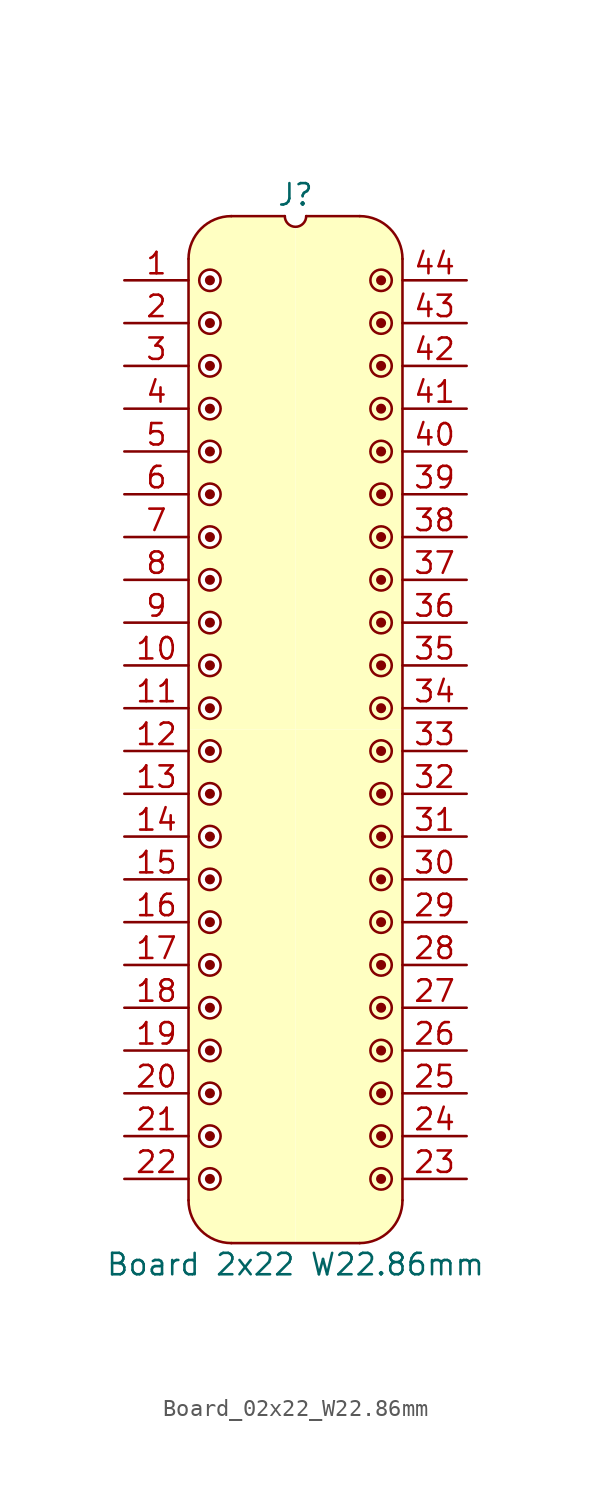
<source format=kicad_sym>
(kicad_symbol_lib
  (version 20241209)
  (generator "kicad_symbol_editor")
  (generator_version "9.0")
  (symbol "Board_02x22_W22.86mm"
    (pin_names
      (offset 1.016)
      (hide yes))
    (property "Reference" "J"
      (at 0 5.08 0)
      (effects (font (size 1.27 1.27))))
    (property "Value" "Board 2x22 W22.86mm"
      (at 0 -58.42 0)
      (effects (font (size 1.27 1.27))))
    (symbol "Board_02x22_W22.86mm_0_1"
      (polyline (pts (xy -6.35 1.27) (xy -6.35 -54.61)) (stroke (width 0) (type default)) (fill (type none)))
      (arc (start -3.8102 -57.1498) (mid -5.6063 -56.4059) (end -6.3502 -54.6098) (stroke (width 0) (type default)) (fill (type none)))
      (arc (start -6.35 1.27) (mid -5.6061 3.0661) (end -3.81 3.81) (stroke (width 0) (type default)) (fill (type none)))
      (polyline (pts (xy -3.81 3.81) (xy -0.635 3.81)) (stroke (width 0) (type default)) (fill (type none)))
      (arc (start 0.635 3.81) (mid 0 3.175) (end -0.635 3.81) (stroke (width 0) (type default)) (fill (type none)))
      (polyline (pts (xy 0.635 3.81) (xy 3.81 3.81)) (stroke (width 0) (type default)) (fill (type none)))
      (polyline (pts (xy 3.81 -57.15) (xy -3.81 -57.15)) (stroke (width 0) (type default)) (fill (type none)))
      (arc (start 3.81 3.81) (mid 5.6061 3.0661) (end 6.35 1.27) (stroke (width 0) (type default)) (fill (type none)))
      (arc (start 6.3498 -54.6098) (mid 5.6059 -56.4059) (end 3.8098 -57.1498) (stroke (width 0) (type default)) (fill (type none)))
      (polyline (pts (xy 6.35 -54.61) (xy 6.35 1.27)) (stroke (width 0) (type default)) (fill (type none))))
    (symbol "Board_02x22_W22.86mm_1_1"
      (polyline (pts (xy -6.35 1.27) (xy -6.096 2.286) (xy -5.588 3.048) (xy -4.826 3.556) (xy -4.064 3.81) (xy -0.762 3.81) (xy -0.508 3.302) (xy 0 3.048) (xy 0 -26.67) (xy -6.35 -26.67) (xy -6.35 1.27)) (stroke (width -0.0001) (type solid)) (fill (type background)))
      (polyline (pts (xy -6.35 -26.67) (xy 0 -26.67) (xy 0 -57.15) (xy -3.81 -57.15) (xy -4.826 -56.896) (xy -5.588 -56.388) (xy -6.096 -55.626) (xy -6.35 -54.61)) (stroke (width -0.0001) (type solid)) (fill (type background)))
      (circle (center -5.08 0) (radius 0.0001) (stroke (width 0.3) (type solid)) (fill (type none)))
      (circle (center -5.08 0) (radius 0.635) (stroke (width 0) (type solid)) (fill (type color) (color 255 255 255 1)))
      (circle (center -5.08 -2.54) (radius 0.0001) (stroke (width 0.3) (type solid)) (fill (type none)))
      (circle (center -5.08 -2.54) (radius 0.635) (stroke (width 0) (type solid)) (fill (type color) (color 255 255 255 1)))
      (circle (center -5.08 -5.08) (radius 0.0001) (stroke (width 0.3) (type solid)) (fill (type none)))
      (circle (center -5.08 -5.08) (radius 0.635) (stroke (width 0) (type solid)) (fill (type color) (color 255 255 255 1)))
      (circle (center -5.08 -7.62) (radius 0.0001) (stroke (width 0.3) (type solid)) (fill (type none)))
      (circle (center -5.08 -7.62) (radius 0.635) (stroke (width 0) (type solid)) (fill (type color) (color 255 255 255 1)))
      (circle (center -5.08 -10.16) (radius 0.0001) (stroke (width 0.3) (type solid)) (fill (type none)))
      (circle (center -5.08 -10.16) (radius 0.635) (stroke (width 0) (type solid)) (fill (type color) (color 255 255 255 1)))
      (circle (center -5.08 -12.7) (radius 0.0001) (stroke (width 0.3) (type solid)) (fill (type none)))
      (circle (center -5.08 -12.7) (radius 0.635) (stroke (width 0) (type solid)) (fill (type color) (color 255 255 255 1)))
      (circle (center -5.08 -15.24) (radius 0.0001) (stroke (width 0.3) (type solid)) (fill (type none)))
      (circle (center -5.08 -15.24) (radius 0.635) (stroke (width 0) (type solid)) (fill (type color) (color 255 255 255 1)))
      (circle (center -5.08 -17.78) (radius 0.0001) (stroke (width 0.3) (type solid)) (fill (type none)))
      (circle (center -5.08 -17.78) (radius 0.635) (stroke (width 0) (type solid)) (fill (type color) (color 255 255 255 1)))
      (circle (center -5.08 -20.32) (radius 0.0001) (stroke (width 0.3) (type solid)) (fill (type none)))
      (circle (center -5.08 -20.32) (radius 0.635) (stroke (width 0) (type solid)) (fill (type color) (color 255 255 255 1)))
      (circle (center -5.08 -22.86) (radius 0.0001) (stroke (width 0.3) (type solid)) (fill (type none)))
      (circle (center -5.08 -22.86) (radius 0.635) (stroke (width 0) (type solid)) (fill (type color) (color 255 255 255 1)))
      (circle (center -5.08 -25.4) (radius 0.0001) (stroke (width 0.3) (type solid)) (fill (type none)))
      (circle (center -5.08 -25.4) (radius 0.635) (stroke (width 0) (type solid)) (fill (type color) (color 255 255 255 1)))
      (circle (center -5.08 -27.94) (radius 0.0001) (stroke (width 0.3) (type solid)) (fill (type none)))
      (circle (center -5.08 -27.94) (radius 0.635) (stroke (width 0) (type solid)) (fill (type color) (color 255 255 255 1)))
      (circle (center -5.08 -30.48) (radius 0.0001) (stroke (width 0.3) (type solid)) (fill (type none)))
      (circle (center -5.08 -30.48) (radius 0.635) (stroke (width 0) (type solid)) (fill (type color) (color 255 255 255 1)))
      (circle (center -5.08 -33.02) (radius 0.0001) (stroke (width 0.3) (type solid)) (fill (type none)))
      (circle (center -5.08 -33.02) (radius 0.635) (stroke (width 0) (type solid)) (fill (type color) (color 255 255 255 1)))
      (circle (center -5.08 -35.56) (radius 0.0001) (stroke (width 0.3) (type solid)) (fill (type none)))
      (circle (center -5.08 -35.56) (radius 0.635) (stroke (width 0) (type solid)) (fill (type color) (color 255 255 255 1)))
      (circle (center -5.08 -38.1) (radius 0.0001) (stroke (width 0.3) (type solid)) (fill (type none)))
      (circle (center -5.08 -38.1) (radius 0.635) (stroke (width 0) (type solid)) (fill (type color) (color 255 255 255 1)))
      (circle (center -5.08 -40.64) (radius 0.0001) (stroke (width 0.3) (type solid)) (fill (type none)))
      (circle (center -5.08 -40.64) (radius 0.635) (stroke (width 0) (type solid)) (fill (type color) (color 255 255 255 1)))
      (circle (center -5.08 -43.18) (radius 0.0001) (stroke (width 0.3) (type solid)) (fill (type none)))
      (circle (center -5.08 -43.18) (radius 0.635) (stroke (width 0) (type solid)) (fill (type color) (color 255 255 255 1)))
      (circle (center -5.08 -45.72) (radius 0.0001) (stroke (width 0.3) (type solid)) (fill (type none)))
      (circle (center -5.08 -45.72) (radius 0.635) (stroke (width 0) (type solid)) (fill (type color) (color 255 255 255 1)))
      (circle (center -5.08 -48.26) (radius 0.0001) (stroke (width 0.3) (type solid)) (fill (type none)))
      (circle (center -5.08 -48.26) (radius 0.635) (stroke (width 0) (type solid)) (fill (type color) (color 255 255 255 1)))
      (circle (center -5.08 -50.8) (radius 0.0001) (stroke (width 0.3) (type solid)) (fill (type none)))
      (circle (center -5.08 -50.8) (radius 0.635) (stroke (width 0) (type solid)) (fill (type color) (color 255 255 255 1)))
      (circle (center -5.08 -53.34) (radius 0.0001) (stroke (width 0.3) (type solid)) (fill (type none)))
      (circle (center -5.08 -53.34) (radius 0.635) (stroke (width 0) (type solid)) (fill (type color) (color 255 255 255 1)))
      (circle (center 5.08 0) (radius 0.0001) (stroke (width 0.3) (type solid)) (fill (type none)))
      (circle (center 5.08 0) (radius 0.635) (stroke (width 0) (type solid)) (fill (type color) (color 255 255 255 1)))
      (circle (center 5.08 -2.54) (radius 0.0001) (stroke (width 0.3) (type solid)) (fill (type none)))
      (circle (center 5.08 -2.54) (radius 0.635) (stroke (width 0) (type solid)) (fill (type color) (color 255 255 255 1)))
      (circle (center 5.08 -5.08) (radius 0.0001) (stroke (width 0.3) (type solid)) (fill (type none)))
      (circle (center 5.08 -5.08) (radius 0.635) (stroke (width 0) (type solid)) (fill (type color) (color 255 255 255 1)))
      (circle (center 5.08 -7.62) (radius 0.0001) (stroke (width 0.3) (type solid)) (fill (type none)))
      (circle (center 5.08 -7.62) (radius 0.635) (stroke (width 0) (type solid)) (fill (type color) (color 255 255 255 1)))
      (circle (center 5.08 -10.16) (radius 0.0001) (stroke (width 0.3) (type solid)) (fill (type none)))
      (circle (center 5.08 -10.16) (radius 0.635) (stroke (width 0) (type solid)) (fill (type color) (color 255 255 255 1)))
      (circle (center 5.08 -12.7) (radius 0.0001) (stroke (width 0.3) (type solid)) (fill (type none)))
      (circle (center 5.08 -12.7) (radius 0.635) (stroke (width 0) (type solid)) (fill (type color) (color 255 255 255 1)))
      (circle (center 5.08 -15.24) (radius 0.0001) (stroke (width 0.3) (type solid)) (fill (type none)))
      (circle (center 5.08 -15.24) (radius 0.635) (stroke (width 0) (type solid)) (fill (type color) (color 255 255 255 1)))
      (circle (center 5.08 -17.78) (radius 0.0001) (stroke (width 0.3) (type solid)) (fill (type none)))
      (circle (center 5.08 -17.78) (radius 0.635) (stroke (width 0) (type solid)) (fill (type color) (color 255 255 255 1)))
      (circle (center 5.08 -20.32) (radius 0.0001) (stroke (width 0.3) (type solid)) (fill (type none)))
      (circle (center 5.08 -20.32) (radius 0.635) (stroke (width 0) (type solid)) (fill (type color) (color 255 255 255 1)))
      (circle (center 5.08 -22.86) (radius 0.0001) (stroke (width 0.3) (type solid)) (fill (type none)))
      (circle (center 5.08 -22.86) (radius 0.635) (stroke (width 0) (type solid)) (fill (type color) (color 255 255 255 1)))
      (circle (center 5.08 -25.4) (radius 0.0001) (stroke (width 0.3) (type solid)) (fill (type none)))
      (circle (center 5.08 -25.4) (radius 0.635) (stroke (width 0) (type solid)) (fill (type color) (color 255 255 255 1)))
      (circle (center 5.08 -27.94) (radius 0.0001) (stroke (width 0.3) (type solid)) (fill (type none)))
      (circle (center 5.08 -27.94) (radius 0.635) (stroke (width 0) (type solid)) (fill (type color) (color 255 255 255 1)))
      (circle (center 5.08 -30.48) (radius 0.0001) (stroke (width 0.3) (type solid)) (fill (type none)))
      (circle (center 5.08 -30.48) (radius 0.635) (stroke (width 0) (type solid)) (fill (type color) (color 255 255 255 1)))
      (circle (center 5.08 -33.02) (radius 0.0001) (stroke (width 0.3) (type solid)) (fill (type none)))
      (circle (center 5.08 -33.02) (radius 0.635) (stroke (width 0) (type solid)) (fill (type color) (color 255 255 255 1)))
      (circle (center 5.08 -35.56) (radius 0.0001) (stroke (width 0.3) (type solid)) (fill (type none)))
      (circle (center 5.08 -35.56) (radius 0.635) (stroke (width 0) (type solid)) (fill (type color) (color 255 255 255 1)))
      (circle (center 5.08 -38.1) (radius 0.0001) (stroke (width 0.3) (type solid)) (fill (type none)))
      (circle (center 5.08 -38.1) (radius 0.635) (stroke (width 0) (type solid)) (fill (type color) (color 255 255 255 1)))
      (circle (center 5.08 -40.64) (radius 0.0001) (stroke (width 0.3) (type solid)) (fill (type none)))
      (circle (center 5.08 -40.64) (radius 0.635) (stroke (width 0) (type solid)) (fill (type color) (color 255 255 255 1)))
      (circle (center 5.08 -43.18) (radius 0.0001) (stroke (width 0.3) (type solid)) (fill (type none)))
      (circle (center 5.08 -43.18) (radius 0.635) (stroke (width 0) (type solid)) (fill (type color) (color 255 255 255 1)))
      (circle (center 5.08 -45.72) (radius 0.0001) (stroke (width 0.3) (type solid)) (fill (type none)))
      (circle (center 5.08 -45.72) (radius 0.635) (stroke (width 0) (type solid)) (fill (type color) (color 255 255 255 1)))
      (circle (center 5.08 -48.26) (radius 0.0001) (stroke (width 0.3) (type solid)) (fill (type none)))
      (circle (center 5.08 -48.26) (radius 0.635) (stroke (width 0) (type solid)) (fill (type color) (color 255 255 255 1)))
      (circle (center 5.08 -50.8) (radius 0.0001) (stroke (width 0.3) (type solid)) (fill (type none)))
      (circle (center 5.08 -50.8) (radius 0.635) (stroke (width 0) (type solid)) (fill (type color) (color 255 255 255 1)))
      (circle (center 5.08 -53.34) (radius 0.0001) (stroke (width 0.3) (type solid)) (fill (type none)))
      (circle (center 5.08 -53.34) (radius 0.635) (stroke (width 0) (type solid)) (fill (type color) (color 255 255 255 1)))
      (polyline (pts (xy 6.35 1.27) (xy 6.096 2.286) (xy 5.588 3.048) (xy 4.826 3.556) (xy 4.064 3.81) (xy 0.762 3.81) (xy 0.508 3.302) (xy 0 3.048) (xy 0 -26.67) (xy 6.35 -26.67) (xy 6.35 1.27)) (stroke (width -0.0001) (type solid)) (fill (type background)))
      (polyline (pts (xy 6.35 -26.67) (xy 0 -26.67) (xy 0 -57.15) (xy 3.81 -57.15) (xy 4.826 -56.896) (xy 5.588 -56.388) (xy 6.096 -55.626) (xy 6.35 -54.61)) (stroke (width -0.0001) (type solid)) (fill (type background)))
      (pin passive line (at -10.16 0 0) (length 3.81) (name "" (effects (font (size 1.27 1.27)))) (number "1" (effects (font (size 1.27 1.27)))))
      (pin passive line (at -10.16 -2.54 0) (length 3.81) (name "" (effects (font (size 1.27 1.27)))) (number "2" (effects (font (size 1.27 1.27)))))
      (pin passive line (at -10.16 -5.08 0) (length 3.81) (name "" (effects (font (size 1.27 1.27)))) (number "3" (effects (font (size 1.27 1.27)))))
      (pin passive line (at -10.16 -7.62 0) (length 3.81) (name "" (effects (font (size 1.27 1.27)))) (number "4" (effects (font (size 1.27 1.27)))))
      (pin passive line (at -10.16 -10.16 0) (length 3.81) (name "" (effects (font (size 1.27 1.27)))) (number "5" (effects (font (size 1.27 1.27)))))
      (pin passive line (at -10.16 -12.7 0) (length 3.81) (name "" (effects (font (size 1.27 1.27)))) (number "6" (effects (font (size 1.27 1.27)))))
      (pin passive line (at -10.16 -15.24 0) (length 3.81) (name "" (effects (font (size 1.27 1.27)))) (number "7" (effects (font (size 1.27 1.27)))))
      (pin passive line (at -10.16 -17.78 0) (length 3.81) (name "" (effects (font (size 1.27 1.27)))) (number "8" (effects (font (size 1.27 1.27)))))
      (pin passive line (at -10.16 -20.32 0) (length 3.81) (name "" (effects (font (size 1.27 1.27)))) (number "9" (effects (font (size 1.27 1.27)))))
      (pin passive line (at -10.16 -22.86 0) (length 3.81) (name "" (effects (font (size 1.27 1.27)))) (number "10" (effects (font (size 1.27 1.27)))))
      (pin passive line (at -10.16 -25.4 0) (length 3.81) (name "" (effects (font (size 1.27 1.27)))) (number "11" (effects (font (size 1.27 1.27)))))
      (pin passive line (at -10.16 -27.94 0) (length 3.81) (name "" (effects (font (size 1.27 1.27)))) (number "12" (effects (font (size 1.27 1.27)))))
      (pin passive line (at -10.16 -30.48 0) (length 3.81) (name "" (effects (font (size 1.27 1.27)))) (number "13" (effects (font (size 1.27 1.27)))))
      (pin passive line (at -10.16 -33.02 0) (length 3.81) (name "" (effects (font (size 1.27 1.27)))) (number "14" (effects (font (size 1.27 1.27)))))
      (pin passive line (at -10.16 -35.56 0) (length 3.81) (name "" (effects (font (size 1.27 1.27)))) (number "15" (effects (font (size 1.27 1.27)))))
      (pin passive line (at -10.16 -38.1 0) (length 3.81) (name "" (effects (font (size 1.27 1.27)))) (number "16" (effects (font (size 1.27 1.27)))))
      (pin passive line (at -10.16 -40.64 0) (length 3.81) (name "" (effects (font (size 1.27 1.27)))) (number "17" (effects (font (size 1.27 1.27)))))
      (pin passive line (at -10.16 -43.18 0) (length 3.81) (name "" (effects (font (size 1.27 1.27)))) (number "18" (effects (font (size 1.27 1.27)))))
      (pin passive line (at -10.16 -45.72 0) (length 3.81) (name "" (effects (font (size 1.27 1.27)))) (number "19" (effects (font (size 1.27 1.27)))))
      (pin passive line (at -10.16 -48.26 0) (length 3.81) (name "" (effects (font (size 1.27 1.27)))) (number "20" (effects (font (size 1.27 1.27)))))
      (pin passive line (at -10.16 -50.8 0) (length 3.81) (name "" (effects (font (size 1.27 1.27)))) (number "21" (effects (font (size 1.27 1.27)))))
      (pin passive line (at -10.16 -53.34 0) (length 3.81) (name "" (effects (font (size 1.27 1.27)))) (number "22" (effects (font (size 1.27 1.27)))))
      (pin passive line (at 10.16 0 180) (length 3.81) (name "" (effects (font (size 1.27 1.27)))) (number "44" (effects (font (size 1.27 1.27)))))
      (pin passive line (at 10.16 -2.54 180) (length 3.81) (name "" (effects (font (size 1.27 1.27)))) (number "43" (effects (font (size 1.27 1.27)))))
      (pin passive line (at 10.16 -5.08 180) (length 3.81) (name "" (effects (font (size 1.27 1.27)))) (number "42" (effects (font (size 1.27 1.27)))))
      (pin passive line (at 10.16 -7.62 180) (length 3.81) (name "" (effects (font (size 1.27 1.27)))) (number "41" (effects (font (size 1.27 1.27)))))
      (pin passive line (at 10.16 -10.16 180) (length 3.81) (name "" (effects (font (size 1.27 1.27)))) (number "40" (effects (font (size 1.27 1.27)))))
      (pin passive line (at 10.16 -12.7 180) (length 3.81) (name "" (effects (font (size 1.27 1.27)))) (number "39" (effects (font (size 1.27 1.27)))))
      (pin passive line (at 10.16 -15.24 180) (length 3.81) (name "" (effects (font (size 1.27 1.27)))) (number "38" (effects (font (size 1.27 1.27)))))
      (pin passive line (at 10.16 -17.78 180) (length 3.81) (name "" (effects (font (size 1.27 1.27)))) (number "37" (effects (font (size 1.27 1.27)))))
      (pin passive line (at 10.16 -20.32 180) (length 3.81) (name "" (effects (font (size 1.27 1.27)))) (number "36" (effects (font (size 1.27 1.27)))))
      (pin passive line (at 10.16 -22.86 180) (length 3.81) (name "" (effects (font (size 1.27 1.27)))) (number "35" (effects (font (size 1.27 1.27)))))
      (pin passive line (at 10.16 -25.4 180) (length 3.81) (name "" (effects (font (size 1.27 1.27)))) (number "34" (effects (font (size 1.27 1.27)))))
      (pin passive line (at 10.16 -27.94 180) (length 3.81) (name "" (effects (font (size 1.27 1.27)))) (number "33" (effects (font (size 1.27 1.27)))))
      (pin passive line (at 10.16 -30.48 180) (length 3.81) (name "" (effects (font (size 1.27 1.27)))) (number "32" (effects (font (size 1.27 1.27)))))
      (pin passive line (at 10.16 -33.02 180) (length 3.81) (name "" (effects (font (size 1.27 1.27)))) (number "31" (effects (font (size 1.27 1.27)))))
      (pin passive line (at 10.16 -35.56 180) (length 3.81) (name "" (effects (font (size 1.27 1.27)))) (number "30" (effects (font (size 1.27 1.27)))))
      (pin passive line (at 10.16 -38.1 180) (length 3.81) (name "" (effects (font (size 1.27 1.27)))) (number "29" (effects (font (size 1.27 1.27)))))
      (pin passive line (at 10.16 -40.64 180) (length 3.81) (name "" (effects (font (size 1.27 1.27)))) (number "28" (effects (font (size 1.27 1.27)))))
      (pin passive line (at 10.16 -43.18 180) (length 3.81) (name "" (effects (font (size 1.27 1.27)))) (number "27" (effects (font (size 1.27 1.27)))))
      (pin passive line (at 10.16 -45.72 180) (length 3.81) (name "" (effects (font (size 1.27 1.27)))) (number "26" (effects (font (size 1.27 1.27)))))
      (pin passive line (at 10.16 -48.26 180) (length 3.81) (name "" (effects (font (size 1.27 1.27)))) (number "25" (effects (font (size 1.27 1.27)))))
      (pin passive line (at 10.16 -50.8 180) (length 3.81) (name "" (effects (font (size 1.27 1.27)))) (number "24" (effects (font (size 1.27 1.27)))))
      (pin passive line (at 10.16 -53.34 180) (length 3.81) (name "" (effects (font (size 1.27 1.27)))) (number "23" (effects (font (size 1.27 1.27))))))))
</source>
